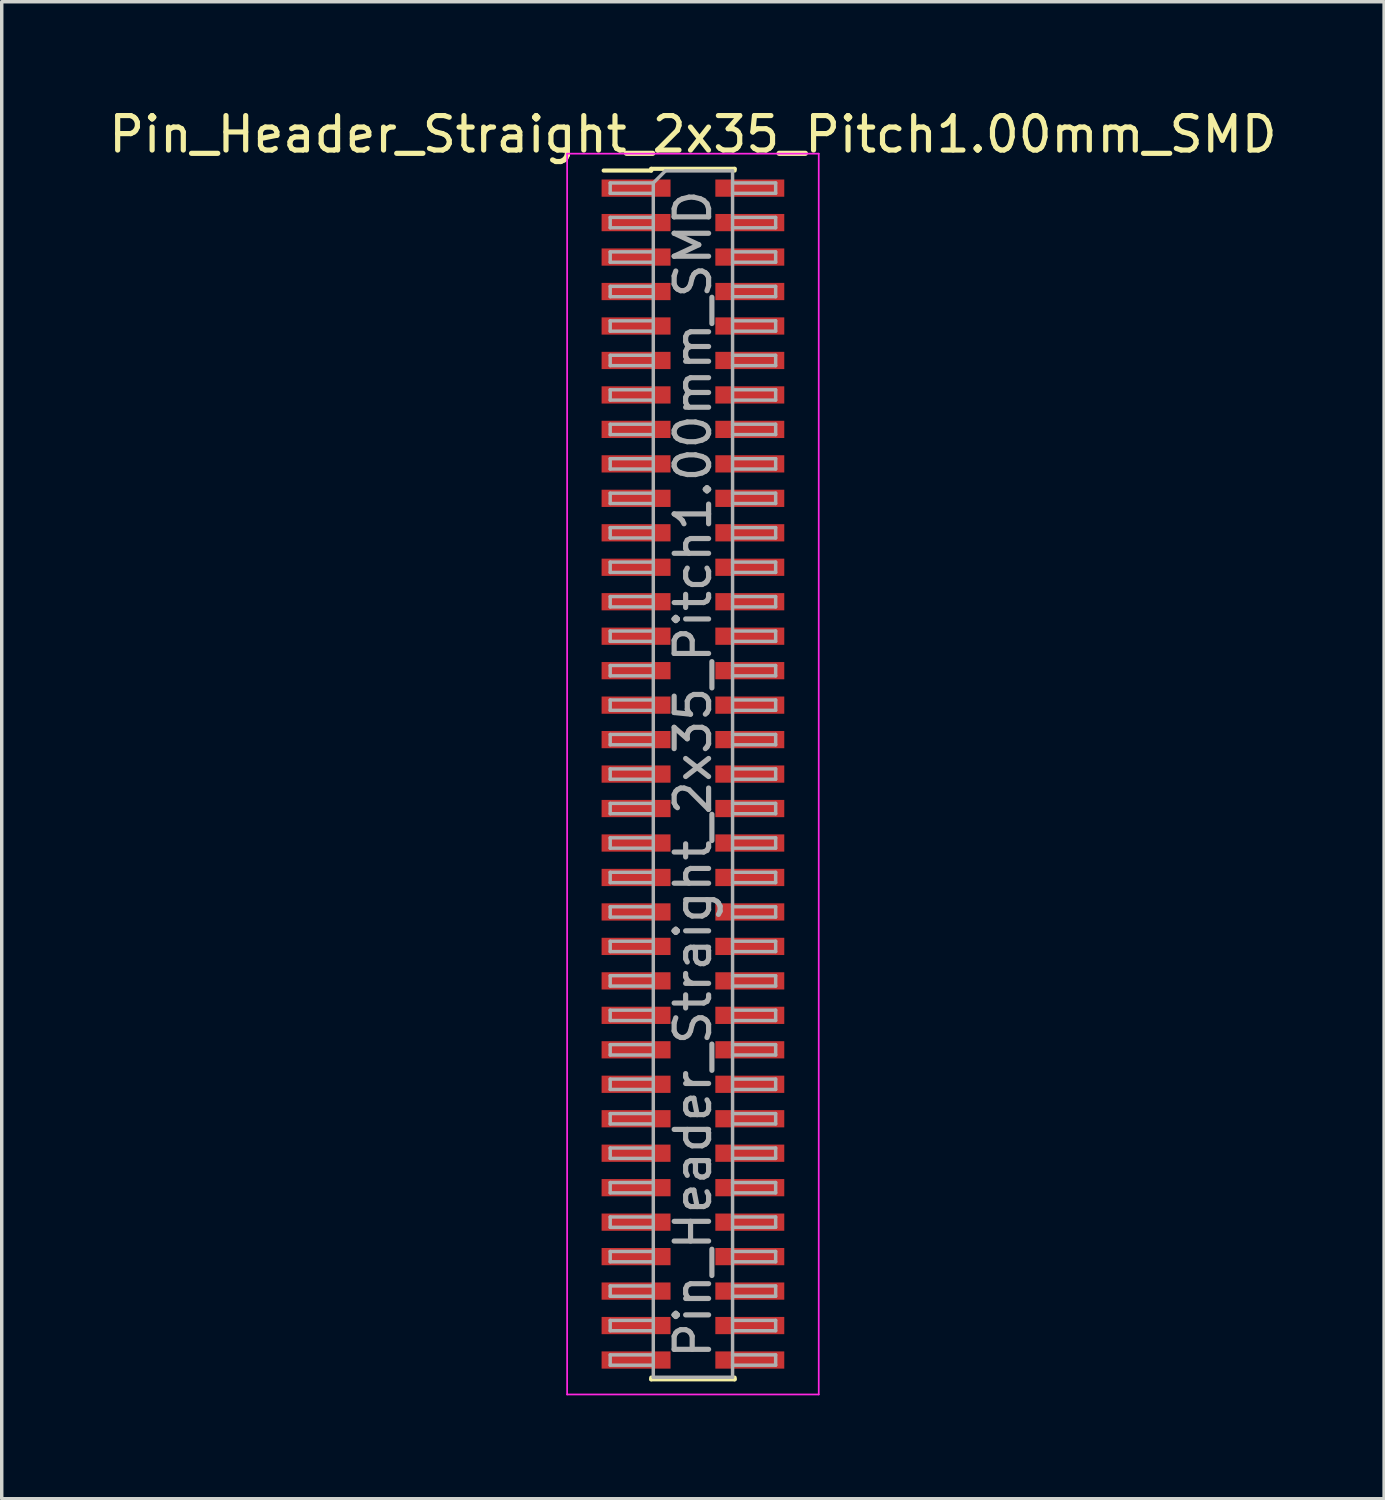
<source format=kicad_pcb>
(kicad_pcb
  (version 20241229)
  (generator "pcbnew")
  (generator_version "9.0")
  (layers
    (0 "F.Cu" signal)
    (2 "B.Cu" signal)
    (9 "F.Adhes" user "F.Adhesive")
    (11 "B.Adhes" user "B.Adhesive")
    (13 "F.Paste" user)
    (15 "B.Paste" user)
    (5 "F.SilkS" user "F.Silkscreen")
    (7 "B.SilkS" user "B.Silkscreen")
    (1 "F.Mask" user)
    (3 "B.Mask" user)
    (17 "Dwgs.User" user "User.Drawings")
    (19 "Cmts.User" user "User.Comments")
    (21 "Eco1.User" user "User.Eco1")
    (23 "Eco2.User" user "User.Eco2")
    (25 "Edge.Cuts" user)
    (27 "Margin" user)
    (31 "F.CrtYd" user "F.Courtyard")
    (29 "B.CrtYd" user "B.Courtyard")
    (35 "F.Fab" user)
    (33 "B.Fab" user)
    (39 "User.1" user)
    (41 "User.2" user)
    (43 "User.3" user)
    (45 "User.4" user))
  (footprint "Pin_Header_Straight_2x35_Pitch1.00mm_SMD"
    (layer "F.Cu")
    (at 17.054 19.408)
    (property "Reference" "Pin_Header_Straight_2x35_Pitch1.00mm_SMD" (at 0 -18.56 0) (layer "F.SilkS") (effects (font (size 1 1) (thickness 0.15))))
    (attr smd)
    (fp_line (start -2.59 -17.51) (end -1.21 -17.51) (stroke (width 0.12) (type solid)) (layer "F.SilkS"))
    (fp_line (start -1.21 -17.56) (end -1.21 -17.51) (stroke (width 0.12) (type solid)) (layer "F.SilkS"))
    (fp_line (start -1.21 -17.56) (end 1.21 -17.56) (stroke (width 0.12) (type solid)) (layer "F.SilkS"))
    (fp_line (start -1.21 17.51) (end -1.21 17.56) (stroke (width 0.12) (type solid)) (layer "F.SilkS"))
    (fp_line (start -1.21 17.56) (end 1.21 17.56) (stroke (width 0.12) (type solid)) (layer "F.SilkS"))
    (fp_line (start 1.21 -17.56) (end 1.21 -17.51) (stroke (width 0.12) (type solid)) (layer "F.SilkS"))
    (fp_line (start 1.21 17.51) (end 1.21 17.56) (stroke (width 0.12) (type solid)) (layer "F.SilkS"))
    (fp_line (start -3.65 -18) (end -3.65 18) (stroke (width 0.05) (type solid)) (layer "F.CrtYd"))
    (fp_line (start -3.65 18) (end 3.65 18) (stroke (width 0.05) (type solid)) (layer "F.CrtYd"))
    (fp_line (start 3.65 -18) (end -3.65 -18) (stroke (width 0.05) (type solid)) (layer "F.CrtYd"))
    (fp_line (start 3.65 18) (end 3.65 -18) (stroke (width 0.05) (type solid)) (layer "F.CrtYd"))
    (fp_line (start -2.4 -17.15) (end -2.4 -16.85) (stroke (width 0.1) (type solid)) (layer "F.Fab"))
    (fp_line (start -2.4 -16.85) (end -1.15 -16.85) (stroke (width 0.1) (type solid)) (layer "F.Fab"))
    (fp_line (start -2.4 -16.15) (end -2.4 -15.85) (stroke (width 0.1) (type solid)) (layer "F.Fab"))
    (fp_line (start -2.4 -15.85) (end -1.15 -15.85) (stroke (width 0.1) (type solid)) (layer "F.Fab"))
    (fp_line (start -2.4 -15.15) (end -2.4 -14.85) (stroke (width 0.1) (type solid)) (layer "F.Fab"))
    (fp_line (start -2.4 -14.85) (end -1.15 -14.85) (stroke (width 0.1) (type solid)) (layer "F.Fab"))
    (fp_line (start -2.4 -14.15) (end -2.4 -13.85) (stroke (width 0.1) (type solid)) (layer "F.Fab"))
    (fp_line (start -2.4 -13.85) (end -1.15 -13.85) (stroke (width 0.1) (type solid)) (layer "F.Fab"))
    (fp_line (start -2.4 -13.15) (end -2.4 -12.85) (stroke (width 0.1) (type solid)) (layer "F.Fab"))
    (fp_line (start -2.4 -12.85) (end -1.15 -12.85) (stroke (width 0.1) (type solid)) (layer "F.Fab"))
    (fp_line (start -2.4 -12.15) (end -2.4 -11.85) (stroke (width 0.1) (type solid)) (layer "F.Fab"))
    (fp_line (start -2.4 -11.85) (end -1.15 -11.85) (stroke (width 0.1) (type solid)) (layer "F.Fab"))
    (fp_line (start -2.4 -11.15) (end -2.4 -10.85) (stroke (width 0.1) (type solid)) (layer "F.Fab"))
    (fp_line (start -2.4 -10.85) (end -1.15 -10.85) (stroke (width 0.1) (type solid)) (layer "F.Fab"))
    (fp_line (start -2.4 -10.15) (end -2.4 -9.85) (stroke (width 0.1) (type solid)) (layer "F.Fab"))
    (fp_line (start -2.4 -9.85) (end -1.15 -9.85) (stroke (width 0.1) (type solid)) (layer "F.Fab"))
    (fp_line (start -2.4 -9.15) (end -2.4 -8.85) (stroke (width 0.1) (type solid)) (layer "F.Fab"))
    (fp_line (start -2.4 -8.85) (end -1.15 -8.85) (stroke (width 0.1) (type solid)) (layer "F.Fab"))
    (fp_line (start -2.4 -8.15) (end -2.4 -7.85) (stroke (width 0.1) (type solid)) (layer "F.Fab"))
    (fp_line (start -2.4 -7.85) (end -1.15 -7.85) (stroke (width 0.1) (type solid)) (layer "F.Fab"))
    (fp_line (start -2.4 -7.15) (end -2.4 -6.85) (stroke (width 0.1) (type solid)) (layer "F.Fab"))
    (fp_line (start -2.4 -6.85) (end -1.15 -6.85) (stroke (width 0.1) (type solid)) (layer "F.Fab"))
    (fp_line (start -2.4 -6.15) (end -2.4 -5.85) (stroke (width 0.1) (type solid)) (layer "F.Fab"))
    (fp_line (start -2.4 -5.85) (end -1.15 -5.85) (stroke (width 0.1) (type solid)) (layer "F.Fab"))
    (fp_line (start -2.4 -5.15) (end -2.4 -4.85) (stroke (width 0.1) (type solid)) (layer "F.Fab"))
    (fp_line (start -2.4 -4.85) (end -1.15 -4.85) (stroke (width 0.1) (type solid)) (layer "F.Fab"))
    (fp_line (start -2.4 -4.15) (end -2.4 -3.85) (stroke (width 0.1) (type solid)) (layer "F.Fab"))
    (fp_line (start -2.4 -3.85) (end -1.15 -3.85) (stroke (width 0.1) (type solid)) (layer "F.Fab"))
    (fp_line (start -2.4 -3.15) (end -2.4 -2.85) (stroke (width 0.1) (type solid)) (layer "F.Fab"))
    (fp_line (start -2.4 -2.85) (end -1.15 -2.85) (stroke (width 0.1) (type solid)) (layer "F.Fab"))
    (fp_line (start -2.4 -2.15) (end -2.4 -1.85) (stroke (width 0.1) (type solid)) (layer "F.Fab"))
    (fp_line (start -2.4 -1.85) (end -1.15 -1.85) (stroke (width 0.1) (type solid)) (layer "F.Fab"))
    (fp_line (start -2.4 -1.15) (end -2.4 -0.85) (stroke (width 0.1) (type solid)) (layer "F.Fab"))
    (fp_line (start -2.4 -0.85) (end -1.15 -0.85) (stroke (width 0.1) (type solid)) (layer "F.Fab"))
    (fp_line (start -2.4 -0.15) (end -2.4 0.15) (stroke (width 0.1) (type solid)) (layer "F.Fab"))
    (fp_line (start -2.4 0.15) (end -1.15 0.15) (stroke (width 0.1) (type solid)) (layer "F.Fab"))
    (fp_line (start -2.4 0.85) (end -2.4 1.15) (stroke (width 0.1) (type solid)) (layer "F.Fab"))
    (fp_line (start -2.4 1.15) (end -1.15 1.15) (stroke (width 0.1) (type solid)) (layer "F.Fab"))
    (fp_line (start -2.4 1.85) (end -2.4 2.15) (stroke (width 0.1) (type solid)) (layer "F.Fab"))
    (fp_line (start -2.4 2.15) (end -1.15 2.15) (stroke (width 0.1) (type solid)) (layer "F.Fab"))
    (fp_line (start -2.4 2.85) (end -2.4 3.15) (stroke (width 0.1) (type solid)) (layer "F.Fab"))
    (fp_line (start -2.4 3.15) (end -1.15 3.15) (stroke (width 0.1) (type solid)) (layer "F.Fab"))
    (fp_line (start -2.4 3.85) (end -2.4 4.15) (stroke (width 0.1) (type solid)) (layer "F.Fab"))
    (fp_line (start -2.4 4.15) (end -1.15 4.15) (stroke (width 0.1) (type solid)) (layer "F.Fab"))
    (fp_line (start -2.4 4.85) (end -2.4 5.15) (stroke (width 0.1) (type solid)) (layer "F.Fab"))
    (fp_line (start -2.4 5.15) (end -1.15 5.15) (stroke (width 0.1) (type solid)) (layer "F.Fab"))
    (fp_line (start -2.4 5.85) (end -2.4 6.15) (stroke (width 0.1) (type solid)) (layer "F.Fab"))
    (fp_line (start -2.4 6.15) (end -1.15 6.15) (stroke (width 0.1) (type solid)) (layer "F.Fab"))
    (fp_line (start -2.4 6.85) (end -2.4 7.15) (stroke (width 0.1) (type solid)) (layer "F.Fab"))
    (fp_line (start -2.4 7.15) (end -1.15 7.15) (stroke (width 0.1) (type solid)) (layer "F.Fab"))
    (fp_line (start -2.4 7.85) (end -2.4 8.15) (stroke (width 0.1) (type solid)) (layer "F.Fab"))
    (fp_line (start -2.4 8.15) (end -1.15 8.15) (stroke (width 0.1) (type solid)) (layer "F.Fab"))
    (fp_line (start -2.4 8.85) (end -2.4 9.15) (stroke (width 0.1) (type solid)) (layer "F.Fab"))
    (fp_line (start -2.4 9.15) (end -1.15 9.15) (stroke (width 0.1) (type solid)) (layer "F.Fab"))
    (fp_line (start -2.4 9.85) (end -2.4 10.15) (stroke (width 0.1) (type solid)) (layer "F.Fab"))
    (fp_line (start -2.4 10.15) (end -1.15 10.15) (stroke (width 0.1) (type solid)) (layer "F.Fab"))
    (fp_line (start -2.4 10.85) (end -2.4 11.15) (stroke (width 0.1) (type solid)) (layer "F.Fab"))
    (fp_line (start -2.4 11.15) (end -1.15 11.15) (stroke (width 0.1) (type solid)) (layer "F.Fab"))
    (fp_line (start -2.4 11.85) (end -2.4 12.15) (stroke (width 0.1) (type solid)) (layer "F.Fab"))
    (fp_line (start -2.4 12.15) (end -1.15 12.15) (stroke (width 0.1) (type solid)) (layer "F.Fab"))
    (fp_line (start -2.4 12.85) (end -2.4 13.15) (stroke (width 0.1) (type solid)) (layer "F.Fab"))
    (fp_line (start -2.4 13.15) (end -1.15 13.15) (stroke (width 0.1) (type solid)) (layer "F.Fab"))
    (fp_line (start -2.4 13.85) (end -2.4 14.15) (stroke (width 0.1) (type solid)) (layer "F.Fab"))
    (fp_line (start -2.4 14.15) (end -1.15 14.15) (stroke (width 0.1) (type solid)) (layer "F.Fab"))
    (fp_line (start -2.4 14.85) (end -2.4 15.15) (stroke (width 0.1) (type solid)) (layer "F.Fab"))
    (fp_line (start -2.4 15.15) (end -1.15 15.15) (stroke (width 0.1) (type solid)) (layer "F.Fab"))
    (fp_line (start -2.4 15.85) (end -2.4 16.15) (stroke (width 0.1) (type solid)) (layer "F.Fab"))
    (fp_line (start -2.4 16.15) (end -1.15 16.15) (stroke (width 0.1) (type solid)) (layer "F.Fab"))
    (fp_line (start -2.4 16.85) (end -2.4 17.15) (stroke (width 0.1) (type solid)) (layer "F.Fab"))
    (fp_line (start -2.4 17.15) (end -1.15 17.15) (stroke (width 0.1) (type solid)) (layer "F.Fab"))
    (fp_line (start -1.15 -17.15) (end -2.4 -17.15) (stroke (width 0.1) (type solid)) (layer "F.Fab"))
    (fp_line (start -1.15 -17.15) (end -0.8 -17.5) (stroke (width 0.1) (type solid)) (layer "F.Fab"))
    (fp_line (start -1.15 -16.15) (end -2.4 -16.15) (stroke (width 0.1) (type solid)) (layer "F.Fab"))
    (fp_line (start -1.15 -15.15) (end -2.4 -15.15) (stroke (width 0.1) (type solid)) (layer "F.Fab"))
    (fp_line (start -1.15 -14.15) (end -2.4 -14.15) (stroke (width 0.1) (type solid)) (layer "F.Fab"))
    (fp_line (start -1.15 -13.15) (end -2.4 -13.15) (stroke (width 0.1) (type solid)) (layer "F.Fab"))
    (fp_line (start -1.15 -12.15) (end -2.4 -12.15) (stroke (width 0.1) (type solid)) (layer "F.Fab"))
    (fp_line (start -1.15 -11.15) (end -2.4 -11.15) (stroke (width 0.1) (type solid)) (layer "F.Fab"))
    (fp_line (start -1.15 -10.15) (end -2.4 -10.15) (stroke (width 0.1) (type solid)) (layer "F.Fab"))
    (fp_line (start -1.15 -9.15) (end -2.4 -9.15) (stroke (width 0.1) (type solid)) (layer "F.Fab"))
    (fp_line (start -1.15 -8.15) (end -2.4 -8.15) (stroke (width 0.1) (type solid)) (layer "F.Fab"))
    (fp_line (start -1.15 -7.15) (end -2.4 -7.15) (stroke (width 0.1) (type solid)) (layer "F.Fab"))
    (fp_line (start -1.15 -6.15) (end -2.4 -6.15) (stroke (width 0.1) (type solid)) (layer "F.Fab"))
    (fp_line (start -1.15 -5.15) (end -2.4 -5.15) (stroke (width 0.1) (type solid)) (layer "F.Fab"))
    (fp_line (start -1.15 -4.15) (end -2.4 -4.15) (stroke (width 0.1) (type solid)) (layer "F.Fab"))
    (fp_line (start -1.15 -3.15) (end -2.4 -3.15) (stroke (width 0.1) (type solid)) (layer "F.Fab"))
    (fp_line (start -1.15 -2.15) (end -2.4 -2.15) (stroke (width 0.1) (type solid)) (layer "F.Fab"))
    (fp_line (start -1.15 -1.15) (end -2.4 -1.15) (stroke (width 0.1) (type solid)) (layer "F.Fab"))
    (fp_line (start -1.15 -0.15) (end -2.4 -0.15) (stroke (width 0.1) (type solid)) (layer "F.Fab"))
    (fp_line (start -1.15 0.85) (end -2.4 0.85) (stroke (width 0.1) (type solid)) (layer "F.Fab"))
    (fp_line (start -1.15 1.85) (end -2.4 1.85) (stroke (width 0.1) (type solid)) (layer "F.Fab"))
    (fp_line (start -1.15 2.85) (end -2.4 2.85) (stroke (width 0.1) (type solid)) (layer "F.Fab"))
    (fp_line (start -1.15 3.85) (end -2.4 3.85) (stroke (width 0.1) (type solid)) (layer "F.Fab"))
    (fp_line (start -1.15 4.85) (end -2.4 4.85) (stroke (width 0.1) (type solid)) (layer "F.Fab"))
    (fp_line (start -1.15 5.85) (end -2.4 5.85) (stroke (width 0.1) (type solid)) (layer "F.Fab"))
    (fp_line (start -1.15 6.85) (end -2.4 6.85) (stroke (width 0.1) (type solid)) (layer "F.Fab"))
    (fp_line (start -1.15 7.85) (end -2.4 7.85) (stroke (width 0.1) (type solid)) (layer "F.Fab"))
    (fp_line (start -1.15 8.85) (end -2.4 8.85) (stroke (width 0.1) (type solid)) (layer "F.Fab"))
    (fp_line (start -1.15 9.85) (end -2.4 9.85) (stroke (width 0.1) (type solid)) (layer "F.Fab"))
    (fp_line (start -1.15 10.85) (end -2.4 10.85) (stroke (width 0.1) (type solid)) (layer "F.Fab"))
    (fp_line (start -1.15 11.85) (end -2.4 11.85) (stroke (width 0.1) (type solid)) (layer "F.Fab"))
    (fp_line (start -1.15 12.85) (end -2.4 12.85) (stroke (width 0.1) (type solid)) (layer "F.Fab"))
    (fp_line (start -1.15 13.85) (end -2.4 13.85) (stroke (width 0.1) (type solid)) (layer "F.Fab"))
    (fp_line (start -1.15 14.85) (end -2.4 14.85) (stroke (width 0.1) (type solid)) (layer "F.Fab"))
    (fp_line (start -1.15 15.85) (end -2.4 15.85) (stroke (width 0.1) (type solid)) (layer "F.Fab"))
    (fp_line (start -1.15 16.85) (end -2.4 16.85) (stroke (width 0.1) (type solid)) (layer "F.Fab"))
    (fp_line (start -1.15 17.5) (end -1.15 -17.15) (stroke (width 0.1) (type solid)) (layer "F.Fab"))
    (fp_line (start -0.8 -17.5) (end 1.15 -17.5) (stroke (width 0.1) (type solid)) (layer "F.Fab"))
    (fp_line (start 1.15 -17.5) (end 1.15 17.5) (stroke (width 0.1) (type solid)) (layer "F.Fab"))
    (fp_line (start 1.15 -17.15) (end 2.4 -17.15) (stroke (width 0.1) (type solid)) (layer "F.Fab"))
    (fp_line (start 1.15 -16.15) (end 2.4 -16.15) (stroke (width 0.1) (type solid)) (layer "F.Fab"))
    (fp_line (start 1.15 -15.15) (end 2.4 -15.15) (stroke (width 0.1) (type solid)) (layer "F.Fab"))
    (fp_line (start 1.15 -14.15) (end 2.4 -14.15) (stroke (width 0.1) (type solid)) (layer "F.Fab"))
    (fp_line (start 1.15 -13.15) (end 2.4 -13.15) (stroke (width 0.1) (type solid)) (layer "F.Fab"))
    (fp_line (start 1.15 -12.15) (end 2.4 -12.15) (stroke (width 0.1) (type solid)) (layer "F.Fab"))
    (fp_line (start 1.15 -11.15) (end 2.4 -11.15) (stroke (width 0.1) (type solid)) (layer "F.Fab"))
    (fp_line (start 1.15 -10.15) (end 2.4 -10.15) (stroke (width 0.1) (type solid)) (layer "F.Fab"))
    (fp_line (start 1.15 -9.15) (end 2.4 -9.15) (stroke (width 0.1) (type solid)) (layer "F.Fab"))
    (fp_line (start 1.15 -8.15) (end 2.4 -8.15) (stroke (width 0.1) (type solid)) (layer "F.Fab"))
    (fp_line (start 1.15 -7.15) (end 2.4 -7.15) (stroke (width 0.1) (type solid)) (layer "F.Fab"))
    (fp_line (start 1.15 -6.15) (end 2.4 -6.15) (stroke (width 0.1) (type solid)) (layer "F.Fab"))
    (fp_line (start 1.15 -5.15) (end 2.4 -5.15) (stroke (width 0.1) (type solid)) (layer "F.Fab"))
    (fp_line (start 1.15 -4.15) (end 2.4 -4.15) (stroke (width 0.1) (type solid)) (layer "F.Fab"))
    (fp_line (start 1.15 -3.15) (end 2.4 -3.15) (stroke (width 0.1) (type solid)) (layer "F.Fab"))
    (fp_line (start 1.15 -2.15) (end 2.4 -2.15) (stroke (width 0.1) (type solid)) (layer "F.Fab"))
    (fp_line (start 1.15 -1.15) (end 2.4 -1.15) (stroke (width 0.1) (type solid)) (layer "F.Fab"))
    (fp_line (start 1.15 -0.15) (end 2.4 -0.15) (stroke (width 0.1) (type solid)) (layer "F.Fab"))
    (fp_line (start 1.15 0.85) (end 2.4 0.85) (stroke (width 0.1) (type solid)) (layer "F.Fab"))
    (fp_line (start 1.15 1.85) (end 2.4 1.85) (stroke (width 0.1) (type solid)) (layer "F.Fab"))
    (fp_line (start 1.15 2.85) (end 2.4 2.85) (stroke (width 0.1) (type solid)) (layer "F.Fab"))
    (fp_line (start 1.15 3.85) (end 2.4 3.85) (stroke (width 0.1) (type solid)) (layer "F.Fab"))
    (fp_line (start 1.15 4.85) (end 2.4 4.85) (stroke (width 0.1) (type solid)) (layer "F.Fab"))
    (fp_line (start 1.15 5.85) (end 2.4 5.85) (stroke (width 0.1) (type solid)) (layer "F.Fab"))
    (fp_line (start 1.15 6.85) (end 2.4 6.85) (stroke (width 0.1) (type solid)) (layer "F.Fab"))
    (fp_line (start 1.15 7.85) (end 2.4 7.85) (stroke (width 0.1) (type solid)) (layer "F.Fab"))
    (fp_line (start 1.15 8.85) (end 2.4 8.85) (stroke (width 0.1) (type solid)) (layer "F.Fab"))
    (fp_line (start 1.15 9.85) (end 2.4 9.85) (stroke (width 0.1) (type solid)) (layer "F.Fab"))
    (fp_line (start 1.15 10.85) (end 2.4 10.85) (stroke (width 0.1) (type solid)) (layer "F.Fab"))
    (fp_line (start 1.15 11.85) (end 2.4 11.85) (stroke (width 0.1) (type solid)) (layer "F.Fab"))
    (fp_line (start 1.15 12.85) (end 2.4 12.85) (stroke (width 0.1) (type solid)) (layer "F.Fab"))
    (fp_line (start 1.15 13.85) (end 2.4 13.85) (stroke (width 0.1) (type solid)) (layer "F.Fab"))
    (fp_line (start 1.15 14.85) (end 2.4 14.85) (stroke (width 0.1) (type solid)) (layer "F.Fab"))
    (fp_line (start 1.15 15.85) (end 2.4 15.85) (stroke (width 0.1) (type solid)) (layer "F.Fab"))
    (fp_line (start 1.15 16.85) (end 2.4 16.85) (stroke (width 0.1) (type solid)) (layer "F.Fab"))
    (fp_line (start 1.15 17.5) (end -1.15 17.5) (stroke (width 0.1) (type solid)) (layer "F.Fab"))
    (fp_line (start 2.4 -17.15) (end 2.4 -16.85) (stroke (width 0.1) (type solid)) (layer "F.Fab"))
    (fp_line (start 2.4 -16.85) (end 1.15 -16.85) (stroke (width 0.1) (type solid)) (layer "F.Fab"))
    (fp_line (start 2.4 -16.15) (end 2.4 -15.85) (stroke (width 0.1) (type solid)) (layer "F.Fab"))
    (fp_line (start 2.4 -15.85) (end 1.15 -15.85) (stroke (width 0.1) (type solid)) (layer "F.Fab"))
    (fp_line (start 2.4 -15.15) (end 2.4 -14.85) (stroke (width 0.1) (type solid)) (layer "F.Fab"))
    (fp_line (start 2.4 -14.85) (end 1.15 -14.85) (stroke (width 0.1) (type solid)) (layer "F.Fab"))
    (fp_line (start 2.4 -14.15) (end 2.4 -13.85) (stroke (width 0.1) (type solid)) (layer "F.Fab"))
    (fp_line (start 2.4 -13.85) (end 1.15 -13.85) (stroke (width 0.1) (type solid)) (layer "F.Fab"))
    (fp_line (start 2.4 -13.15) (end 2.4 -12.85) (stroke (width 0.1) (type solid)) (layer "F.Fab"))
    (fp_line (start 2.4 -12.85) (end 1.15 -12.85) (stroke (width 0.1) (type solid)) (layer "F.Fab"))
    (fp_line (start 2.4 -12.15) (end 2.4 -11.85) (stroke (width 0.1) (type solid)) (layer "F.Fab"))
    (fp_line (start 2.4 -11.85) (end 1.15 -11.85) (stroke (width 0.1) (type solid)) (layer "F.Fab"))
    (fp_line (start 2.4 -11.15) (end 2.4 -10.85) (stroke (width 0.1) (type solid)) (layer "F.Fab"))
    (fp_line (start 2.4 -10.85) (end 1.15 -10.85) (stroke (width 0.1) (type solid)) (layer "F.Fab"))
    (fp_line (start 2.4 -10.15) (end 2.4 -9.85) (stroke (width 0.1) (type solid)) (layer "F.Fab"))
    (fp_line (start 2.4 -9.85) (end 1.15 -9.85) (stroke (width 0.1) (type solid)) (layer "F.Fab"))
    (fp_line (start 2.4 -9.15) (end 2.4 -8.85) (stroke (width 0.1) (type solid)) (layer "F.Fab"))
    (fp_line (start 2.4 -8.85) (end 1.15 -8.85) (stroke (width 0.1) (type solid)) (layer "F.Fab"))
    (fp_line (start 2.4 -8.15) (end 2.4 -7.85) (stroke (width 0.1) (type solid)) (layer "F.Fab"))
    (fp_line (start 2.4 -7.85) (end 1.15 -7.85) (stroke (width 0.1) (type solid)) (layer "F.Fab"))
    (fp_line (start 2.4 -7.15) (end 2.4 -6.85) (stroke (width 0.1) (type solid)) (layer "F.Fab"))
    (fp_line (start 2.4 -6.85) (end 1.15 -6.85) (stroke (width 0.1) (type solid)) (layer "F.Fab"))
    (fp_line (start 2.4 -6.15) (end 2.4 -5.85) (stroke (width 0.1) (type solid)) (layer "F.Fab"))
    (fp_line (start 2.4 -5.85) (end 1.15 -5.85) (stroke (width 0.1) (type solid)) (layer "F.Fab"))
    (fp_line (start 2.4 -5.15) (end 2.4 -4.85) (stroke (width 0.1) (type solid)) (layer "F.Fab"))
    (fp_line (start 2.4 -4.85) (end 1.15 -4.85) (stroke (width 0.1) (type solid)) (layer "F.Fab"))
    (fp_line (start 2.4 -4.15) (end 2.4 -3.85) (stroke (width 0.1) (type solid)) (layer "F.Fab"))
    (fp_line (start 2.4 -3.85) (end 1.15 -3.85) (stroke (width 0.1) (type solid)) (layer "F.Fab"))
    (fp_line (start 2.4 -3.15) (end 2.4 -2.85) (stroke (width 0.1) (type solid)) (layer "F.Fab"))
    (fp_line (start 2.4 -2.85) (end 1.15 -2.85) (stroke (width 0.1) (type solid)) (layer "F.Fab"))
    (fp_line (start 2.4 -2.15) (end 2.4 -1.85) (stroke (width 0.1) (type solid)) (layer "F.Fab"))
    (fp_line (start 2.4 -1.85) (end 1.15 -1.85) (stroke (width 0.1) (type solid)) (layer "F.Fab"))
    (fp_line (start 2.4 -1.15) (end 2.4 -0.85) (stroke (width 0.1) (type solid)) (layer "F.Fab"))
    (fp_line (start 2.4 -0.85) (end 1.15 -0.85) (stroke (width 0.1) (type solid)) (layer "F.Fab"))
    (fp_line (start 2.4 -0.15) (end 2.4 0.15) (stroke (width 0.1) (type solid)) (layer "F.Fab"))
    (fp_line (start 2.4 0.15) (end 1.15 0.15) (stroke (width 0.1) (type solid)) (layer "F.Fab"))
    (fp_line (start 2.4 0.85) (end 2.4 1.15) (stroke (width 0.1) (type solid)) (layer "F.Fab"))
    (fp_line (start 2.4 1.15) (end 1.15 1.15) (stroke (width 0.1) (type solid)) (layer "F.Fab"))
    (fp_line (start 2.4 1.85) (end 2.4 2.15) (stroke (width 0.1) (type solid)) (layer "F.Fab"))
    (fp_line (start 2.4 2.15) (end 1.15 2.15) (stroke (width 0.1) (type solid)) (layer "F.Fab"))
    (fp_line (start 2.4 2.85) (end 2.4 3.15) (stroke (width 0.1) (type solid)) (layer "F.Fab"))
    (fp_line (start 2.4 3.15) (end 1.15 3.15) (stroke (width 0.1) (type solid)) (layer "F.Fab"))
    (fp_line (start 2.4 3.85) (end 2.4 4.15) (stroke (width 0.1) (type solid)) (layer "F.Fab"))
    (fp_line (start 2.4 4.15) (end 1.15 4.15) (stroke (width 0.1) (type solid)) (layer "F.Fab"))
    (fp_line (start 2.4 4.85) (end 2.4 5.15) (stroke (width 0.1) (type solid)) (layer "F.Fab"))
    (fp_line (start 2.4 5.15) (end 1.15 5.15) (stroke (width 0.1) (type solid)) (layer "F.Fab"))
    (fp_line (start 2.4 5.85) (end 2.4 6.15) (stroke (width 0.1) (type solid)) (layer "F.Fab"))
    (fp_line (start 2.4 6.15) (end 1.15 6.15) (stroke (width 0.1) (type solid)) (layer "F.Fab"))
    (fp_line (start 2.4 6.85) (end 2.4 7.15) (stroke (width 0.1) (type solid)) (layer "F.Fab"))
    (fp_line (start 2.4 7.15) (end 1.15 7.15) (stroke (width 0.1) (type solid)) (layer "F.Fab"))
    (fp_line (start 2.4 7.85) (end 2.4 8.15) (stroke (width 0.1) (type solid)) (layer "F.Fab"))
    (fp_line (start 2.4 8.15) (end 1.15 8.15) (stroke (width 0.1) (type solid)) (layer "F.Fab"))
    (fp_line (start 2.4 8.85) (end 2.4 9.15) (stroke (width 0.1) (type solid)) (layer "F.Fab"))
    (fp_line (start 2.4 9.15) (end 1.15 9.15) (stroke (width 0.1) (type solid)) (layer "F.Fab"))
    (fp_line (start 2.4 9.85) (end 2.4 10.15) (stroke (width 0.1) (type solid)) (layer "F.Fab"))
    (fp_line (start 2.4 10.15) (end 1.15 10.15) (stroke (width 0.1) (type solid)) (layer "F.Fab"))
    (fp_line (start 2.4 10.85) (end 2.4 11.15) (stroke (width 0.1) (type solid)) (layer "F.Fab"))
    (fp_line (start 2.4 11.15) (end 1.15 11.15) (stroke (width 0.1) (type solid)) (layer "F.Fab"))
    (fp_line (start 2.4 11.85) (end 2.4 12.15) (stroke (width 0.1) (type solid)) (layer "F.Fab"))
    (fp_line (start 2.4 12.15) (end 1.15 12.15) (stroke (width 0.1) (type solid)) (layer "F.Fab"))
    (fp_line (start 2.4 12.85) (end 2.4 13.15) (stroke (width 0.1) (type solid)) (layer "F.Fab"))
    (fp_line (start 2.4 13.15) (end 1.15 13.15) (stroke (width 0.1) (type solid)) (layer "F.Fab"))
    (fp_line (start 2.4 13.85) (end 2.4 14.15) (stroke (width 0.1) (type solid)) (layer "F.Fab"))
    (fp_line (start 2.4 14.15) (end 1.15 14.15) (stroke (width 0.1) (type solid)) (layer "F.Fab"))
    (fp_line (start 2.4 14.85) (end 2.4 15.15) (stroke (width 0.1) (type solid)) (layer "F.Fab"))
    (fp_line (start 2.4 15.15) (end 1.15 15.15) (stroke (width 0.1) (type solid)) (layer "F.Fab"))
    (fp_line (start 2.4 15.85) (end 2.4 16.15) (stroke (width 0.1) (type solid)) (layer "F.Fab"))
    (fp_line (start 2.4 16.15) (end 1.15 16.15) (stroke (width 0.1) (type solid)) (layer "F.Fab"))
    (fp_line (start 2.4 16.85) (end 2.4 17.15) (stroke (width 0.1) (type solid)) (layer "F.Fab"))
    (fp_line (start 2.4 17.15) (end 1.15 17.15) (stroke (width 0.1) (type solid)) (layer "F.Fab"))
    (fp_text user "${REFERENCE}" (at 0 0 90) (layer "F.Fab") (effects (font (size 1 1) (thickness 0.15))))
    (pad "1" smd rect (at -1.65 -17) (size 2 0.5) (layers "F.Cu" "F.Mask" "F.Paste"))
    (pad "2" smd rect (at 1.65 -17) (size 2 0.5) (layers "F.Cu" "F.Mask" "F.Paste"))
    (pad "3" smd rect (at -1.65 -16) (size 2 0.5) (layers "F.Cu" "F.Mask" "F.Paste"))
    (pad "4" smd rect (at 1.65 -16) (size 2 0.5) (layers "F.Cu" "F.Mask" "F.Paste"))
    (pad "5" smd rect (at -1.65 -15) (size 2 0.5) (layers "F.Cu" "F.Mask" "F.Paste"))
    (pad "6" smd rect (at 1.65 -15) (size 2 0.5) (layers "F.Cu" "F.Mask" "F.Paste"))
    (pad "7" smd rect (at -1.65 -14) (size 2 0.5) (layers "F.Cu" "F.Mask" "F.Paste"))
    (pad "8" smd rect (at 1.65 -14) (size 2 0.5) (layers "F.Cu" "F.Mask" "F.Paste"))
    (pad "9" smd rect (at -1.65 -13) (size 2 0.5) (layers "F.Cu" "F.Mask" "F.Paste"))
    (pad "10" smd rect (at 1.65 -13) (size 2 0.5) (layers "F.Cu" "F.Mask" "F.Paste"))
    (pad "11" smd rect (at -1.65 -12) (size 2 0.5) (layers "F.Cu" "F.Mask" "F.Paste"))
    (pad "12" smd rect (at 1.65 -12) (size 2 0.5) (layers "F.Cu" "F.Mask" "F.Paste"))
    (pad "13" smd rect (at -1.65 -11) (size 2 0.5) (layers "F.Cu" "F.Mask" "F.Paste"))
    (pad "14" smd rect (at 1.65 -11) (size 2 0.5) (layers "F.Cu" "F.Mask" "F.Paste"))
    (pad "15" smd rect (at -1.65 -10) (size 2 0.5) (layers "F.Cu" "F.Mask" "F.Paste"))
    (pad "16" smd rect (at 1.65 -10) (size 2 0.5) (layers "F.Cu" "F.Mask" "F.Paste"))
    (pad "17" smd rect (at -1.65 -9) (size 2 0.5) (layers "F.Cu" "F.Mask" "F.Paste"))
    (pad "18" smd rect (at 1.65 -9) (size 2 0.5) (layers "F.Cu" "F.Mask" "F.Paste"))
    (pad "19" smd rect (at -1.65 -8) (size 2 0.5) (layers "F.Cu" "F.Mask" "F.Paste"))
    (pad "20" smd rect (at 1.65 -8) (size 2 0.5) (layers "F.Cu" "F.Mask" "F.Paste"))
    (pad "21" smd rect (at -1.65 -7) (size 2 0.5) (layers "F.Cu" "F.Mask" "F.Paste"))
    (pad "22" smd rect (at 1.65 -7) (size 2 0.5) (layers "F.Cu" "F.Mask" "F.Paste"))
    (pad "23" smd rect (at -1.65 -6) (size 2 0.5) (layers "F.Cu" "F.Mask" "F.Paste"))
    (pad "24" smd rect (at 1.65 -6) (size 2 0.5) (layers "F.Cu" "F.Mask" "F.Paste"))
    (pad "25" smd rect (at -1.65 -5) (size 2 0.5) (layers "F.Cu" "F.Mask" "F.Paste"))
    (pad "26" smd rect (at 1.65 -5) (size 2 0.5) (layers "F.Cu" "F.Mask" "F.Paste"))
    (pad "27" smd rect (at -1.65 -4) (size 2 0.5) (layers "F.Cu" "F.Mask" "F.Paste"))
    (pad "28" smd rect (at 1.65 -4) (size 2 0.5) (layers "F.Cu" "F.Mask" "F.Paste"))
    (pad "29" smd rect (at -1.65 -3) (size 2 0.5) (layers "F.Cu" "F.Mask" "F.Paste"))
    (pad "30" smd rect (at 1.65 -3) (size 2 0.5) (layers "F.Cu" "F.Mask" "F.Paste"))
    (pad "31" smd rect (at -1.65 -2) (size 2 0.5) (layers "F.Cu" "F.Mask" "F.Paste"))
    (pad "32" smd rect (at 1.65 -2) (size 2 0.5) (layers "F.Cu" "F.Mask" "F.Paste"))
    (pad "33" smd rect (at -1.65 -1) (size 2 0.5) (layers "F.Cu" "F.Mask" "F.Paste"))
    (pad "34" smd rect (at 1.65 -1) (size 2 0.5) (layers "F.Cu" "F.Mask" "F.Paste"))
    (pad "35" smd rect (at -1.65 0) (size 2 0.5) (layers "F.Cu" "F.Mask" "F.Paste"))
    (pad "36" smd rect (at 1.65 0) (size 2 0.5) (layers "F.Cu" "F.Mask" "F.Paste"))
    (pad "37" smd rect (at -1.65 1) (size 2 0.5) (layers "F.Cu" "F.Mask" "F.Paste"))
    (pad "38" smd rect (at 1.65 1) (size 2 0.5) (layers "F.Cu" "F.Mask" "F.Paste"))
    (pad "39" smd rect (at -1.65 2) (size 2 0.5) (layers "F.Cu" "F.Mask" "F.Paste"))
    (pad "40" smd rect (at 1.65 2) (size 2 0.5) (layers "F.Cu" "F.Mask" "F.Paste"))
    (pad "41" smd rect (at -1.65 3) (size 2 0.5) (layers "F.Cu" "F.Mask" "F.Paste"))
    (pad "42" smd rect (at 1.65 3) (size 2 0.5) (layers "F.Cu" "F.Mask" "F.Paste"))
    (pad "43" smd rect (at -1.65 4) (size 2 0.5) (layers "F.Cu" "F.Mask" "F.Paste"))
    (pad "44" smd rect (at 1.65 4) (size 2 0.5) (layers "F.Cu" "F.Mask" "F.Paste"))
    (pad "45" smd rect (at -1.65 5) (size 2 0.5) (layers "F.Cu" "F.Mask" "F.Paste"))
    (pad "46" smd rect (at 1.65 5) (size 2 0.5) (layers "F.Cu" "F.Mask" "F.Paste"))
    (pad "47" smd rect (at -1.65 6) (size 2 0.5) (layers "F.Cu" "F.Mask" "F.Paste"))
    (pad "48" smd rect (at 1.65 6) (size 2 0.5) (layers "F.Cu" "F.Mask" "F.Paste"))
    (pad "49" smd rect (at -1.65 7) (size 2 0.5) (layers "F.Cu" "F.Mask" "F.Paste"))
    (pad "50" smd rect (at 1.65 7) (size 2 0.5) (layers "F.Cu" "F.Mask" "F.Paste"))
    (pad "51" smd rect (at -1.65 8) (size 2 0.5) (layers "F.Cu" "F.Mask" "F.Paste"))
    (pad "52" smd rect (at 1.65 8) (size 2 0.5) (layers "F.Cu" "F.Mask" "F.Paste"))
    (pad "53" smd rect (at -1.65 9) (size 2 0.5) (layers "F.Cu" "F.Mask" "F.Paste"))
    (pad "54" smd rect (at 1.65 9) (size 2 0.5) (layers "F.Cu" "F.Mask" "F.Paste"))
    (pad "55" smd rect (at -1.65 10) (size 2 0.5) (layers "F.Cu" "F.Mask" "F.Paste"))
    (pad "56" smd rect (at 1.65 10) (size 2 0.5) (layers "F.Cu" "F.Mask" "F.Paste"))
    (pad "57" smd rect (at -1.65 11) (size 2 0.5) (layers "F.Cu" "F.Mask" "F.Paste"))
    (pad "58" smd rect (at 1.65 11) (size 2 0.5) (layers "F.Cu" "F.Mask" "F.Paste"))
    (pad "59" smd rect (at -1.65 12) (size 2 0.5) (layers "F.Cu" "F.Mask" "F.Paste"))
    (pad "60" smd rect (at 1.65 12) (size 2 0.5) (layers "F.Cu" "F.Mask" "F.Paste"))
    (pad "61" smd rect (at -1.65 13) (size 2 0.5) (layers "F.Cu" "F.Mask" "F.Paste"))
    (pad "62" smd rect (at 1.65 13) (size 2 0.5) (layers "F.Cu" "F.Mask" "F.Paste"))
    (pad "63" smd rect (at -1.65 14) (size 2 0.5) (layers "F.Cu" "F.Mask" "F.Paste"))
    (pad "64" smd rect (at 1.65 14) (size 2 0.5) (layers "F.Cu" "F.Mask" "F.Paste"))
    (pad "65" smd rect (at -1.65 15) (size 2 0.5) (layers "F.Cu" "F.Mask" "F.Paste"))
    (pad "66" smd rect (at 1.65 15) (size 2 0.5) (layers "F.Cu" "F.Mask" "F.Paste"))
    (pad "67" smd rect (at -1.65 16) (size 2 0.5) (layers "F.Cu" "F.Mask" "F.Paste"))
    (pad "68" smd rect (at 1.65 16) (size 2 0.5) (layers "F.Cu" "F.Mask" "F.Paste"))
    (pad "69" smd rect (at -1.65 17) (size 2 0.5) (layers "F.Cu" "F.Mask" "F.Paste"))
    (pad "70" smd rect (at 1.65 17) (size 2 0.5) (layers "F.Cu" "F.Mask" "F.Paste")))
  (gr_rect
    (start -3 -3)
    (end 37.107 40.433)
    (stroke (width 0.1) (type default))
    (fill no)
    (layer "Edge.Cuts")))
</source>
